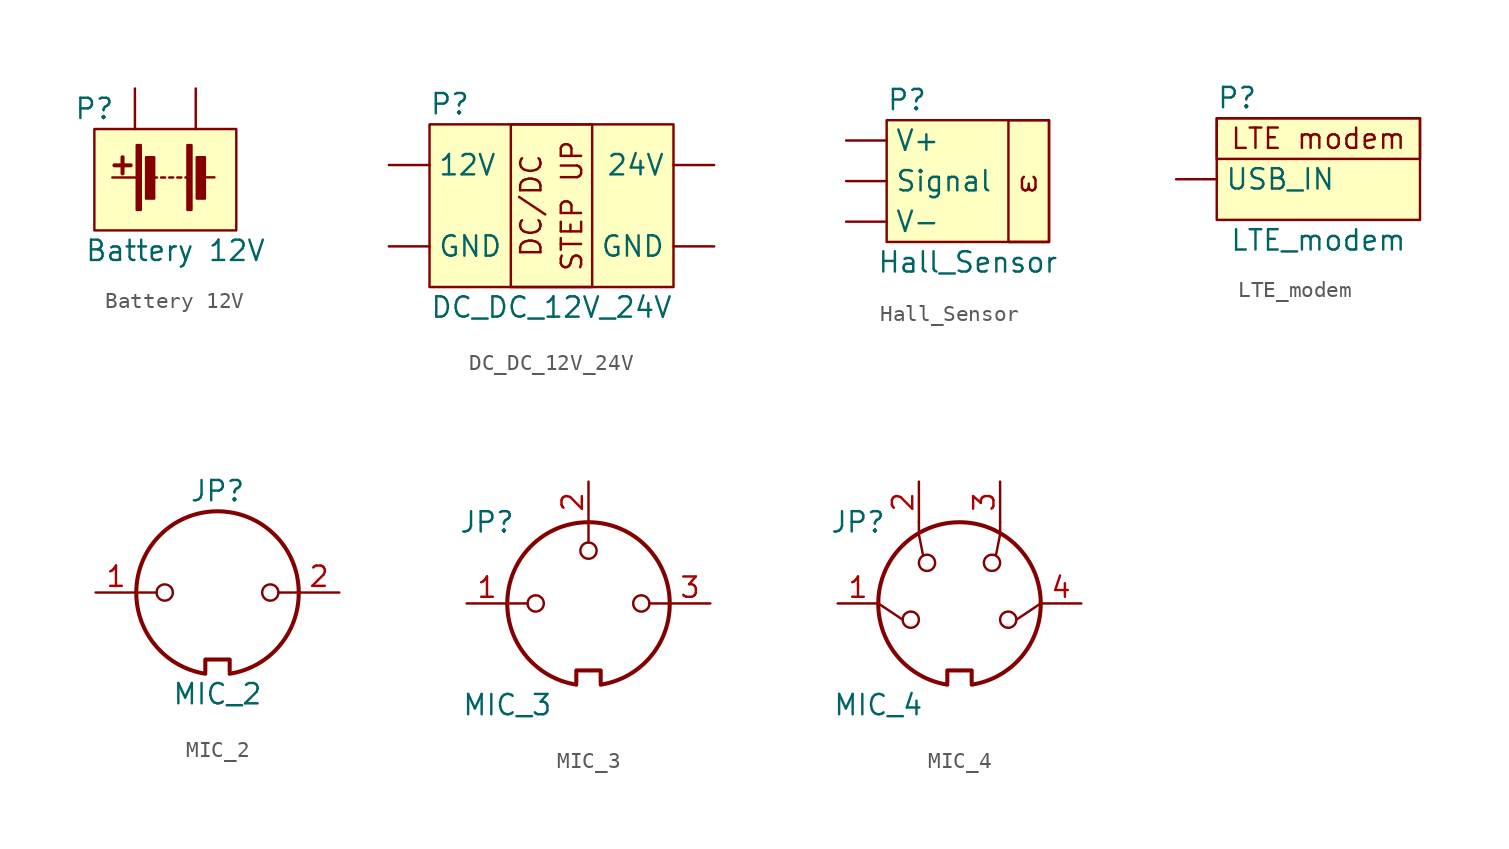
<source format=kicad_sym>
(kicad_symbol_lib
  (version 20211014)
  (generator kicad_symbol_editor)
  (symbol "Battery 12V"
    (property "Reference" "P"
      (at -5.08 5.08 0)
      (effects (font (size 1.27 1.27))))
    (property "Value" "Battery 12V"
      (at 0 -3.81 0)
      (effects (font (size 1.27 1.27))))
    (symbol "Battery 12V_0_1"
      (rectangle (start -5.08 3.81) (end 3.81 -2.54) (stroke (width 0) (type default) (color 0 0 0 0)) (fill (type background)))
      (rectangle (start -2.426 -1.257) (end -2.172 2.807) (stroke (width 0) (type default) (color 0 0 0 0)) (fill (type outline)))
      (rectangle (start -1.841 -0.545) (end -1.333 2.045) (stroke (width 0) (type default) (color 0 0 0 0)) (fill (type outline)))
      (polyline (pts (xy -3.823 1.537) (xy -2.807 1.537)) (stroke (width 0.254) (type default) (color 0 0 0 0)) (fill (type none)))
      (polyline (pts (xy -3.315 1.029) (xy -3.315 2.045)) (stroke (width 0.254) (type default) (color 0 0 0 0)) (fill (type none)))
      (polyline (pts (xy -2.426 0.775) (xy -3.954 0.776)) (stroke (width 0) (type default) (color 0 0 0 0)) (fill (type none)))
      (polyline (pts (xy -1.156 0.775) (xy -1.41 0.775)) (stroke (width 0) (type default) (color 0 0 0 0)) (fill (type none)))
      (polyline (pts (xy -0.648 0.775) (xy -0.902 0.775)) (stroke (width 0) (type default) (color 0 0 0 0)) (fill (type none)))
      (polyline (pts (xy -0.14 0.775) (xy -0.394 0.775)) (stroke (width 0) (type default) (color 0 0 0 0)) (fill (type none)))
      (polyline (pts (xy 0.368 0.775) (xy 0.114 0.775)) (stroke (width 0) (type default) (color 0 0 0 0)) (fill (type none)))
      (polyline (pts (xy 0.876 0.775) (xy 0.622 0.775)) (stroke (width 0) (type default) (color 0 0 0 0)) (fill (type none)))
      (polyline (pts (xy 2.44 0.786) (xy 1.678 0.786)) (stroke (width 0) (type default) (color 0 0 0 0)) (fill (type none)))
      (rectangle (start 0.749 -1.257) (end 1.003 2.807) (stroke (width 0) (type default) (color 0 0 0 0)) (fill (type outline)))
      (rectangle (start 1.334 -0.545) (end 1.842 2.045) (stroke (width 0) (type default) (color 0 0 0 0)) (fill (type outline))))
    (symbol "Battery 12V_1_1"
      (pin input line (at -2.54 6.35 270) (length 2.54) (name "" (effects (font (size 1.27 1.27)))) (number "" (effects (font (size 1.27 1.27)))))
      (pin input line (at 1.27 6.35 270) (length 2.54) (name "" (effects (font (size 1.27 1.27)))) (number "" (effects (font (size 1.27 1.27)))))))
  (symbol "DC_DC_12V_24V"
    (property "Reference" "P"
      (at -6.35 6.35 0)
      (effects (font (size 1.27 1.27))))
    (property "Value" "DC_DC_12V_24V"
      (at 0 -6.35 0)
      (effects (font (size 1.27 1.27))))
    (symbol "DC_DC_12V_24V_0_0"
      (rectangle (start -2.54 5.08) (end 2.54 -5.08) (stroke (width 0) (type default) (color 0 0 0 0)) (fill (type none)))
      (text "DC/DC" (at -1.27 0 900) (effects (font (size 1.27 1.27))))
      (text "STEP UP" (at 1.27 0 900) (effects (font (size 1.27 1.27)))))
    (symbol "DC_DC_12V_24V_0_1"
      (rectangle (start -7.62 5.08) (end 7.62 -5.08) (stroke (width 0) (type default) (color 0 0 0 0)) (fill (type background))))
    (symbol "DC_DC_12V_24V_1_1"
      (pin input line (at -10.16 2.54 0) (length 2.54) (name "12V" (effects (font (size 1.27 1.27)))) (number "" (effects (font (size 1.27 1.27)))))
      (pin output line (at 10.16 2.54 180) (length 2.54) (name "24V" (effects (font (size 1.27 1.27)))) (number "" (effects (font (size 1.27 1.27)))))
      (pin input line (at -10.16 -2.54 0) (length 2.54) (name "GND" (effects (font (size 1.27 1.27)))) (number "" (effects (font (size 1.27 1.27)))))
      (pin output line (at 10.16 -2.54 180) (length 2.54) (name "GND" (effects (font (size 1.27 1.27)))) (number "" (effects (font (size 1.27 1.27)))))))
  (symbol "Hall_Sensor"
    (property "Reference" "P"
      (at -2.54 5.08 0)
      (effects (font (size 1.27 1.27))))
    (property "Value" "Hall_Sensor"
      (at 1.27 -5.08 0)
      (effects (font (size 1.27 1.27))))
    (symbol "Hall_Sensor_0_0"
      (rectangle (start -3.81 3.81) (end 6.35 -3.81) (stroke (width 0) (type default) (color 0 0 0 0)) (fill (type background)))
      (rectangle (start 3.81 3.81) (end 6.35 -3.81) (stroke (width 0) (type default) (color 0 0 0 0)) (fill (type none)))
      (text "ω" (at 5.08 0 0) (effects (font (size 1.27 1.27)))))
    (symbol "Hall_Sensor_1_1"
      (pin input line (at -6.35 0 0) (length 2.54) (name "Signal" (effects (font (size 1.27 1.27)))) (number "" (effects (font (size 1.27 1.27)))))
      (pin input line (at -6.35 2.54 0) (length 2.54) (name "V+" (effects (font (size 1.27 1.27)))) (number "" (effects (font (size 1.27 1.27)))))
      (pin input line (at -6.35 -2.54 0) (length 2.54) (name "V-" (effects (font (size 1.27 1.27)))) (number "" (effects (font (size 1.27 1.27)))))))
  (symbol "LTE_modem"
    (property "Reference" "P"
      (at -5.08 5.08 0)
      (effects (font (size 1.27 1.27))))
    (property "Value" "LTE_modem"
      (at 0 -3.81 0)
      (effects (font (size 1.27 1.27))))
    (symbol "LTE_modem_0_0"
      (rectangle (start -6.35 -2.54) (end 6.35 3.81) (stroke (width 0) (type default) (color 0 0 0 0)) (fill (type background)))
      (rectangle (start -6.35 3.81) (end 6.35 1.27) (stroke (width 0) (type default) (color 0 0 0 0)) (fill (type none)))
      (text "LTE modem" (at 0 2.54 0) (effects (font (size 1.27 1.27)))))
    (symbol "LTE_modem_1_1"
      (pin input line (at -8.89 0 0) (length 2.54) (name "USB_IN" (effects (font (size 1.27 1.27)))) (number "" (effects (font (size 1.27 1.27)))))))
  (symbol "MIC_2"
    (property "Reference" "JP"
      (at 0 6.35 0)
      (effects (font (size 1.27 1.27))))
    (property "Value" "MIC_2"
      (at 0 -6.35 0)
      (effects (font (size 1.27 1.27))))
    (symbol "MIC_2_0_1"
      (arc (start -5.08 0) (mid -3.8609 -3.3364) (end -0.762 -5.08) (stroke (width 0.254) (type default) (color 0 0 0 0)) (fill (type none)))
      (circle (center -3.302 0) (radius 0.508) (stroke (width 0) (type default) (color 0 0 0 0)) (fill (type none)))
      (polyline (pts (xy -3.81 0) (xy -5.08 0)) (stroke (width 0) (type default) (color 0 0 0 0)) (fill (type none)))
      (polyline (pts (xy 5.08 0) (xy 3.81 0)) (stroke (width 0) (type default) (color 0 0 0 0)) (fill (type none)))
      (polyline (pts (xy -0.762 -4.953) (xy -0.762 -4.191) (xy 0.762 -4.191) (xy 0.762 -4.953)) (stroke (width 0.254) (type default) (color 0 0 0 0)) (fill (type none)))
      (arc (start 0.762 -5.08) (mid 3.8685 -3.343) (end 5.08 0) (stroke (width 0.254) (type default) (color 0 0 0 0)) (fill (type none)))
      (circle (center 3.302 0) (radius 0.508) (stroke (width 0) (type default) (color 0 0 0 0)) (fill (type none)))
      (arc (start 5.08 0) (mid 0 5.08) (end -5.08 0) (stroke (width 0.254) (type default) (color 0 0 0 0)) (fill (type none))))
    (symbol "MIC_2_1_1"
      (pin passive line (at -7.62 0 0) (length 2.54) (name "~" (effects (font (size 1.27 1.27)))) (number "1" (effects (font (size 1.27 1.27)))))
      (pin passive line (at 7.62 0 180) (length 2.54) (name "~" (effects (font (size 1.27 1.27)))) (number "2" (effects (font (size 1.27 1.27)))))))
  (symbol "MIC_3"
    (property "Reference" "JP"
      (at -6.35 5.08 0)
      (effects (font (size 1.27 1.27))))
    (property "Value" "MIC_3"
      (at -5.08 -6.35 0)
      (effects (font (size 1.27 1.27))))
    (symbol "MIC_3_0_1"
      (arc (start -5.08 0) (mid -3.8609 -3.3364) (end -0.762 -5.08) (stroke (width 0.254) (type default) (color 0 0 0 0)) (fill (type none)))
      (circle (center -3.302 0) (radius 0.508) (stroke (width 0) (type default) (color 0 0 0 0)) (fill (type none)))
      (polyline (pts (xy -3.81 0) (xy -5.08 0)) (stroke (width 0) (type default) (color 0 0 0 0)) (fill (type none)))
      (polyline (pts (xy 0 3.81) (xy 0 5.08)) (stroke (width 0) (type default) (color 0 0 0 0)) (fill (type none)))
      (polyline (pts (xy 5.08 0) (xy 3.81 0)) (stroke (width 0) (type default) (color 0 0 0 0)) (fill (type none)))
      (polyline (pts (xy -0.762 -4.953) (xy -0.762 -4.191) (xy 0.762 -4.191) (xy 0.762 -4.953)) (stroke (width 0.254) (type default) (color 0 0 0 0)) (fill (type none)))
      (circle (center 0 3.302) (radius 0.508) (stroke (width 0) (type default) (color 0 0 0 0)) (fill (type none)))
      (arc (start 0.762 -5.08) (mid 3.8685 -3.343) (end 5.08 0) (stroke (width 0.254) (type default) (color 0 0 0 0)) (fill (type none)))
      (circle (center 3.302 0) (radius 0.508) (stroke (width 0) (type default) (color 0 0 0 0)) (fill (type none)))
      (arc (start 5.08 0) (mid 0 5.08) (end -5.08 0) (stroke (width 0.254) (type default) (color 0 0 0 0)) (fill (type none))))
    (symbol "MIC_3_1_1"
      (pin passive line (at -7.62 0 0) (length 2.54) (name "~" (effects (font (size 1.27 1.27)))) (number "1" (effects (font (size 1.27 1.27)))))
      (pin passive line (at 0 7.62 270) (length 2.54) (name "~" (effects (font (size 1.27 1.27)))) (number "2" (effects (font (size 1.27 1.27)))))
      (pin passive line (at 7.62 0 180) (length 2.54) (name "~" (effects (font (size 1.27 1.27)))) (number "3" (effects (font (size 1.27 1.27)))))))
  (symbol "MIC_4"
    (property "Reference" "JP"
      (at -6.35 5.08 0)
      (effects (font (size 1.27 1.27))))
    (property "Value" "MIC_4"
      (at -5.08 -6.35 0)
      (effects (font (size 1.27 1.27))))
    (symbol "MIC_4_0_1"
      (arc (start -5.08 0) (mid -3.8609 -3.3364) (end -0.762 -5.08) (stroke (width 0.254) (type default) (color 0 0 0 0)) (fill (type none)))
      (circle (center -3.048 -1.016) (radius 0.508) (stroke (width 0) (type default) (color 0 0 0 0)) (fill (type none)))
      (circle (center -2.032 2.54) (radius 0.508) (stroke (width 0) (type default) (color 0 0 0 0)) (fill (type none)))
      (polyline (pts (xy -3.556 -1.016) (xy -5.08 0)) (stroke (width 0) (type default) (color 0 0 0 0)) (fill (type none)))
      (polyline (pts (xy 5.08 0) (xy 3.556 -1.016)) (stroke (width 0) (type default) (color 0 0 0 0)) (fill (type none)))
      (polyline (pts (xy -2.54 5.08) (xy -2.54 4.318) (xy -2.286 3.048)) (stroke (width 0) (type default) (color 0 0 0 0)) (fill (type none)))
      (polyline (pts (xy 2.54 5.08) (xy 2.54 4.318) (xy 2.286 3.048)) (stroke (width 0) (type default) (color 0 0 0 0)) (fill (type none)))
      (polyline (pts (xy -0.762 -4.953) (xy -0.762 -4.191) (xy 0.762 -4.191) (xy 0.762 -4.953)) (stroke (width 0.254) (type default) (color 0 0 0 0)) (fill (type none)))
      (arc (start 0.762 -5.08) (mid 3.8685 -3.343) (end 5.08 0) (stroke (width 0.254) (type default) (color 0 0 0 0)) (fill (type none)))
      (circle (center 2.032 2.54) (radius 0.508) (stroke (width 0) (type default) (color 0 0 0 0)) (fill (type none)))
      (circle (center 3.048 -1.016) (radius 0.508) (stroke (width 0) (type default) (color 0 0 0 0)) (fill (type none)))
      (arc (start 5.08 0) (mid 0 5.08) (end -5.08 0) (stroke (width 0.254) (type default) (color 0 0 0 0)) (fill (type none))))
    (symbol "MIC_4_1_1"
      (pin passive line (at -7.62 0 0) (length 2.54) (name "~" (effects (font (size 1.27 1.27)))) (number "1" (effects (font (size 1.27 1.27)))))
      (pin passive line (at -2.54 7.62 270) (length 2.54) (name "~" (effects (font (size 1.27 1.27)))) (number "2" (effects (font (size 1.27 1.27)))))
      (pin passive line (at 2.54 7.62 270) (length 2.54) (name "~" (effects (font (size 1.27 1.27)))) (number "3" (effects (font (size 1.27 1.27)))))
      (pin passive line (at 7.62 0 180) (length 2.54) (name "~" (effects (font (size 1.27 1.27)))) (number "4" (effects (font (size 1.27 1.27))))))))
</source>
